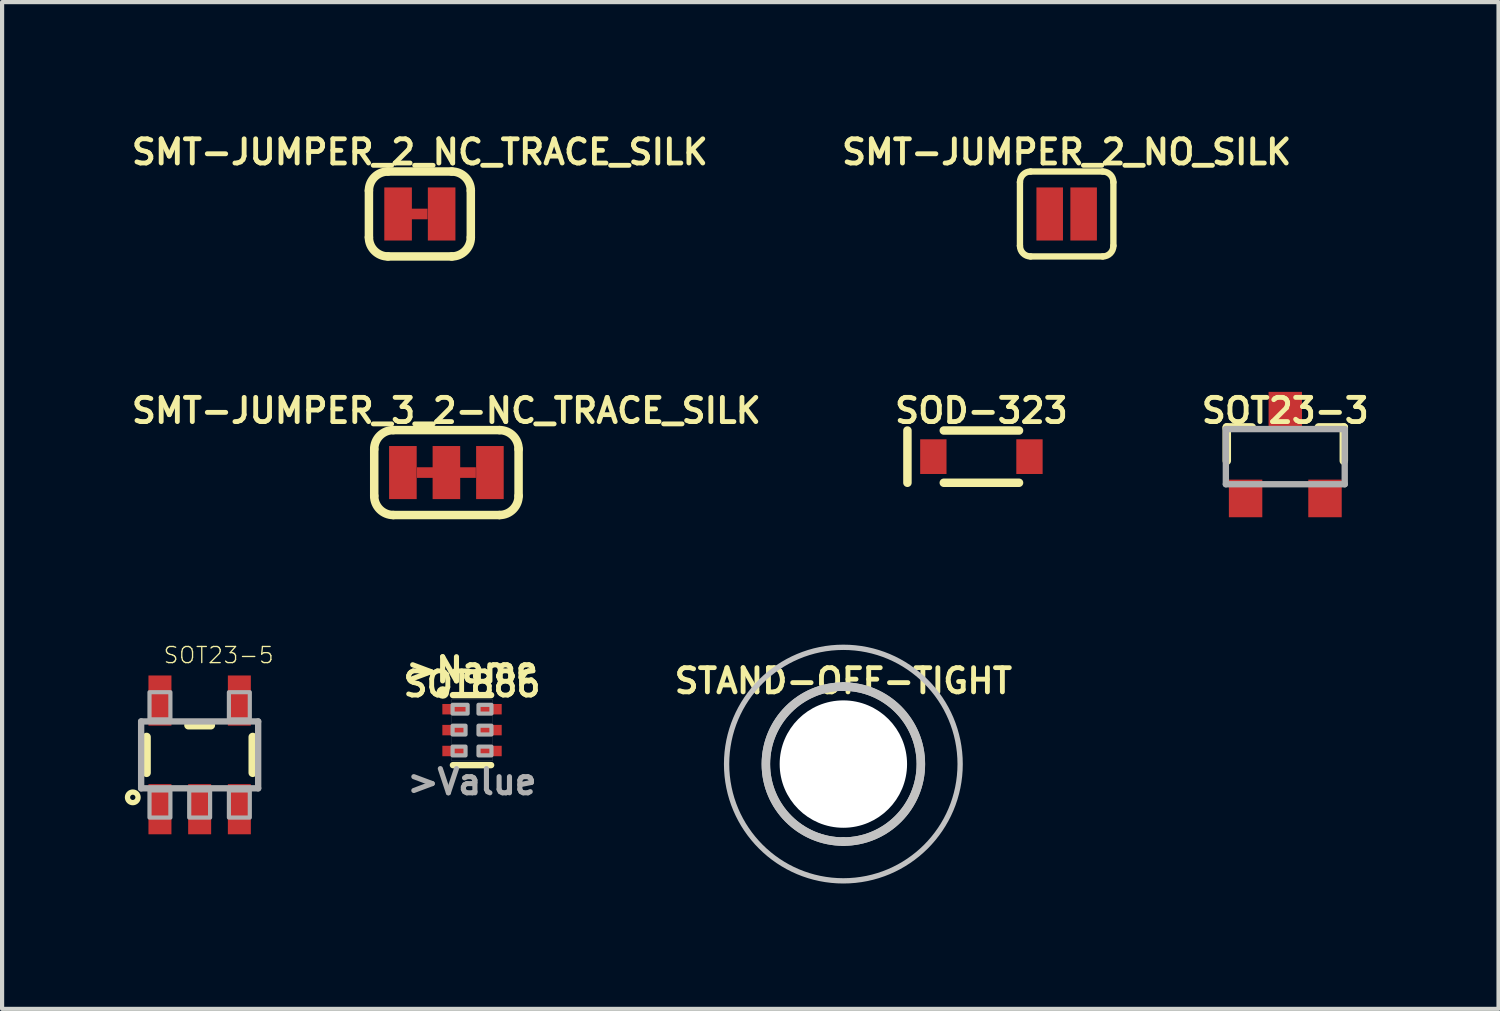
<source format=kicad_pcb>
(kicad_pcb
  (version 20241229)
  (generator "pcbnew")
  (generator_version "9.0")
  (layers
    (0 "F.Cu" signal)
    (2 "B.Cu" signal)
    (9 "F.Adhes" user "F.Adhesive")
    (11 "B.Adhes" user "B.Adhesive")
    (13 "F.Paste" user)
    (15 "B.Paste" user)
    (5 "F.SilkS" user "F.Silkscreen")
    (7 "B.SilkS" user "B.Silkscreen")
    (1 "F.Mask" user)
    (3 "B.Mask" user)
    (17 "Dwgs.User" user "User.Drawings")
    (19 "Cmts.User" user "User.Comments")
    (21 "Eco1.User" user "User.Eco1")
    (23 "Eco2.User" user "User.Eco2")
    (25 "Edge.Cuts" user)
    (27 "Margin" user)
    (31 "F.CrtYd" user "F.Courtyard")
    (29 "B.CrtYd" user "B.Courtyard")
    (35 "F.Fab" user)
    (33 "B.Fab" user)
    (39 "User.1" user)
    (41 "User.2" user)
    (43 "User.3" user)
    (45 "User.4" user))
  (footprint "SMT-JUMPER_3_2-NC_TRACE_SILK"
    (layer "F.Cu")
    (at 7.631 8.257)
    (property "Reference" "SMT-JUMPER_3_2-NC_TRACE_SILK" (at 0 -1.143 0) (layer "F.SilkS") (effects (font (size 0.579 0.579) (thickness 0.116)) (justify bottom)))
    (attr through_hole)
    (fp_poly (pts (xy -0.705 -0.127) (xy 0.705 -0.127) (xy 0.705 0.127) (xy -0.705 0.127)) (stroke (width 0) (type solid)) (fill yes) (layer "F.Cu"))
    (fp_poly (pts (xy -0.699 -0.127) (xy -0.318 -0.127) (xy -0.318 0.127) (xy -0.699 0.127)) (stroke (width 0) (type solid)) (fill yes) (layer "F.Mask"))
    (fp_poly (pts (xy 0.318 -0.127) (xy 0.699 -0.127) (xy 0.699 0.127) (xy 0.318 0.127)) (stroke (width 0) (type solid)) (fill yes) (layer "F.Mask"))
    (fp_line (start -1.727 0.559) (end -1.727 -0.559) (stroke (width 0.203) (type solid)) (layer "F.SilkS"))
    (fp_line (start -1.27 -1.016) (end 1.27 -1.016) (stroke (width 0.203) (type solid)) (layer "F.SilkS"))
    (fp_line (start 1.27 1.016) (end -1.27 1.016) (stroke (width 0.203) (type solid)) (layer "F.SilkS"))
    (fp_line (start 1.727 0.559) (end 1.727 -0.559) (stroke (width 0.203) (type solid)) (layer "F.SilkS"))
    (fp_arc (start -1.7272 -0.5588) (mid -1.593289 -0.882089) (end -1.27 -1.016) (stroke (width 0.2032) (type solid)) (layer "F.SilkS"))
    (fp_arc (start -1.27 1.016) (mid -1.593289 0.882089) (end -1.7272 0.5588) (stroke (width 0.2032) (type solid)) (layer "F.SilkS"))
    (fp_arc (start 1.27 -1.016) (mid 1.593289 -0.882089) (end 1.7272 -0.5588) (stroke (width 0.2032) (type solid)) (layer "F.SilkS"))
    (fp_arc (start 1.7272 0.5588) (mid 1.593289 0.882089) (end 1.27 1.016) (stroke (width 0.2032) (type solid)) (layer "F.SilkS"))
    (pad "1" smd rect (at -1.041 0) (size 0.66 1.27) (layers "F.Cu" "F.Mask"))
    (pad "2" smd rect (at 0 0) (size 0.66 1.27) (layers "F.Cu" "F.Mask"))
    (pad "3" smd rect (at 1.041 0) (size 0.66 1.27) (layers "F.Cu" "F.Mask")))
  (footprint "SMT-JUMPER_2_NO_SILK"
    (layer "F.Cu")
    (at 22.472 2.07)
    (property "Reference" "SMT-JUMPER_2_NO_SILK" (at 0 -1.143 0) (layer "F.SilkS") (effects (font (size 0.579 0.579) (thickness 0.116)) (justify bottom)))
    (attr through_hole)
    (fp_line (start -1.118 0.762) (end -1.118 -0.762) (stroke (width 0.152) (type solid)) (layer "F.SilkS"))
    (fp_line (start -0.864 -1.016) (end 0.864 -1.016) (stroke (width 0.152) (type solid)) (layer "F.SilkS"))
    (fp_line (start 0.864 1.016) (end -0.864 1.016) (stroke (width 0.152) (type solid)) (layer "F.SilkS"))
    (fp_line (start 1.118 0.762) (end 1.118 -0.762) (stroke (width 0.152) (type solid)) (layer "F.SilkS"))
    (fp_arc (start -1.1176 -0.762) (mid -1.043205 -0.941605) (end -0.8636 -1.016) (stroke (width 0.1524) (type solid)) (layer "F.SilkS"))
    (fp_arc (start -0.8636 1.016) (mid -1.043205 0.941605) (end -1.1176 0.762) (stroke (width 0.1524) (type solid)) (layer "F.SilkS"))
    (fp_arc (start 0.8636 -1.016) (mid 1.043205 -0.941605) (end 1.1176 -0.762) (stroke (width 0.1524) (type solid)) (layer "F.SilkS"))
    (fp_arc (start 1.1176 0.762) (mid 1.043205 0.941605) (end 0.8636 1.016) (stroke (width 0.1524) (type solid)) (layer "F.SilkS"))
    (pad "1" smd rect (at -0.406 0) (size 0.635 1.27) (layers "F.Cu" "F.Mask"))
    (pad "2" smd rect (at 0.406 0) (size 0.635 1.27) (layers "F.Cu" "F.Mask")))
  (footprint "SMT-JUMPER_2_NC_TRACE_SILK"
    (layer "F.Cu")
    (at 6.996 2.07)
    (property "Reference" "SMT-JUMPER_2_NC_TRACE_SILK" (at 0 -1.143 180) (layer "F.SilkS") (effects (font (size 0.579 0.579) (thickness 0.116)) (justify bottom)))
    (attr through_hole)
    (fp_poly (pts (xy -0.699 -0.127) (xy 0.184 -0.127) (xy 0.184 0.127) (xy -0.699 0.127)) (stroke (width 0) (type solid)) (fill yes) (layer "F.Cu"))
    (fp_poly (pts (xy -0.191 -0.127) (xy 0.191 -0.127) (xy 0.191 0.127) (xy -0.191 0.127)) (stroke (width 0) (type solid)) (fill yes) (layer "F.Mask"))
    (fp_line (start -1.219 0.559) (end -1.219 -0.559) (stroke (width 0.203) (type solid)) (layer "F.SilkS"))
    (fp_line (start -0.762 -1.016) (end 0.762 -1.016) (stroke (width 0.203) (type solid)) (layer "F.SilkS"))
    (fp_line (start 0.762 1.016) (end -0.762 1.016) (stroke (width 0.203) (type solid)) (layer "F.SilkS"))
    (fp_line (start 1.219 0.559) (end 1.219 -0.559) (stroke (width 0.203) (type solid)) (layer "F.SilkS"))
    (fp_arc (start -1.2192 -0.5588) (mid -1.085289 -0.882089) (end -0.762 -1.016) (stroke (width 0.2032) (type solid)) (layer "F.SilkS"))
    (fp_arc (start -0.762 1.016) (mid -1.085289 0.882089) (end -1.2192 0.5588) (stroke (width 0.2032) (type solid)) (layer "F.SilkS"))
    (fp_arc (start 0.762 -1.016) (mid 1.085289 -0.882089) (end 1.2192 -0.5588) (stroke (width 0.2032) (type solid)) (layer "F.SilkS"))
    (fp_arc (start 1.2192 0.5588) (mid 1.085289 0.882089) (end 0.762 1.016) (stroke (width 0.2032) (type solid)) (layer "F.SilkS"))
    (pad "1" smd rect (at -0.521 0) (size 0.66 1.27) (layers "F.Cu" "F.Mask"))
    (pad "2" smd rect (at 0.521 0) (size 0.66 1.27) (layers "F.Cu" "F.Mask")))
  (footprint "SOT23-3"
    (layer "F.Cu")
    (at 27.703 7.876)
    (property "Reference" "SOT23-3" (at 0 -0.762 0) (layer "F.SilkS") (effects (font (size 0.579 0.579) (thickness 0.116)) (justify bottom)))
    (attr through_hole)
    (fp_line (start -1.4 -0.7) (end -1.4 0.1) (stroke (width 0.203) (type solid)) (layer "F.SilkS"))
    (fp_line (start -0.8 -0.7) (end -1.4 -0.7) (stroke (width 0.203) (type solid)) (layer "F.SilkS"))
    (fp_line (start 0.8 -0.7) (end 1.4 -0.7) (stroke (width 0.203) (type solid)) (layer "F.SilkS"))
    (fp_line (start 1.4 -0.7) (end 1.4 0.1) (stroke (width 0.203) (type solid)) (layer "F.SilkS"))
    (fp_line (start -1.422 -0.66) (end 1.422 -0.66) (stroke (width 0.152) (type solid)) (layer "F.Fab"))
    (fp_line (start -1.422 0.66) (end -1.422 -0.66) (stroke (width 0.152) (type solid)) (layer "F.Fab"))
    (fp_line (start 1.422 -0.66) (end 1.422 0.66) (stroke (width 0.152) (type solid)) (layer "F.Fab"))
    (fp_line (start 1.422 0.66) (end -1.422 0.66) (stroke (width 0.152) (type solid)) (layer "F.Fab"))
    (pad "1" smd rect (at -0.95 1) (size 0.8 0.9) (layers "F.Cu" "F.Mask" "F.Paste"))
    (pad "2" smd rect (at 0.95 1) (size 0.8 0.9) (layers "F.Cu" "F.Mask" "F.Paste"))
    (pad "3" smd rect (at 0 -1.1) (size 0.8 0.9) (layers "F.Cu" "F.Mask" "F.Paste")))
  (footprint "SOT886"
    (layer "F.Cu")
    (at 8.244 14.419)
    (property "Reference" "SOT886" (at 0 -1.1 180) (layer "F.SilkS") (effects (font (size 0.579 0.579) (thickness 0.116))))
    (attr through_hole)
    (fp_line (start -0.457 -0.838) (end 0.457 -0.838) (stroke (width 0.152) (type solid)) (layer "F.SilkS"))
    (fp_line (start -0.457 0.838) (end 0.457 0.838) (stroke (width 0.152) (type solid)) (layer "F.SilkS"))
    (fp_circle (center -0.7 -0.9) (end -0.625 -0.9) (stroke (width 0.15) (type solid)) (fill no) (layer "F.SilkS"))
    (fp_line (start -0.5 -0.725) (end 0.5 -0.725) (stroke (width 0.003) (type solid)) (layer "F.Fab"))
    (fp_line (start -0.5 0.725) (end -0.5 -0.725) (stroke (width 0.003) (type solid)) (layer "F.Fab"))
    (fp_line (start 0.5 -0.725) (end 0.5 0.725) (stroke (width 0.003) (type solid)) (layer "F.Fab"))
    (fp_line (start 0.5 0.725) (end -0.5 0.725) (stroke (width 0.003) (type solid)) (layer "F.Fab"))
    (fp_poly (pts (xy -0.465 -0.395) (xy -0.105 -0.395) (xy -0.105 -0.605) (xy -0.465 -0.605)) (stroke (width 0.1) (type solid)) (fill no) (layer "F.Fab"))
    (fp_poly (pts (xy -0.465 0.105) (xy -0.155 0.105) (xy -0.155 -0.105) (xy -0.465 -0.105)) (stroke (width 0.1) (type solid)) (fill no) (layer "F.Fab"))
    (fp_poly (pts (xy -0.465 0.605) (xy -0.155 0.605) (xy -0.155 0.395) (xy -0.465 0.395)) (stroke (width 0.1) (type solid)) (fill no) (layer "F.Fab"))
    (fp_poly (pts (xy 0.465 -0.605) (xy 0.155 -0.605) (xy 0.155 -0.395) (xy 0.465 -0.395)) (stroke (width 0.1) (type solid)) (fill no) (layer "F.Fab"))
    (fp_poly (pts (xy 0.465 -0.105) (xy 0.155 -0.105) (xy 0.155 0.105) (xy 0.465 0.105)) (stroke (width 0.1) (type solid)) (fill no) (layer "F.Fab"))
    (fp_poly (pts (xy 0.465 0.395) (xy 0.155 0.395) (xy 0.155 0.605) (xy 0.465 0.605)) (stroke (width 0.1) (type solid)) (fill no) (layer "F.Fab"))
    (fp_text user ">Name" (at 0 -1.1 0) (layer "F.SilkS") (effects (font (size 0.579 0.579) (thickness 0.122)) (justify bottom)))
    (fp_text user ">Value" (at 0 0.9 0) (layer "F.Fab") (effects (font (size 0.579 0.579) (thickness 0.122)) (justify top)))
    (pad "1" smd rect (at -0.405 -0.5) (size 0.61 0.25) (layers "F.Cu" "F.Mask" "F.Paste"))
    (pad "2" smd rect (at -0.43 0) (size 0.56 0.25) (layers "F.Cu" "F.Mask" "F.Paste"))
    (pad "3" smd rect (at -0.43 0.5) (size 0.56 0.25) (layers "F.Cu" "F.Mask" "F.Paste"))
    (pad "4" smd rect (at 0.43 0.5 180) (size 0.56 0.25) (layers "F.Cu" "F.Mask" "F.Paste"))
    (pad "5" smd rect (at 0.43 0 180) (size 0.56 0.25) (layers "F.Cu" "F.Mask" "F.Paste"))
    (pad "6" smd rect (at 0.43 -0.5 180) (size 0.56 0.25) (layers "F.Cu" "F.Mask" "F.Paste")))
  (footprint "SOD-323"
    (layer "F.Cu")
    (at 20.432 7.876)
    (property "Reference" "SOD-323" (at 0 -0.762 180) (layer "F.SilkS") (effects (font (size 0.579 0.579) (thickness 0.116)) (justify bottom)))
    (attr through_hole)
    (fp_line (start -1.77 -0.625) (end -1.77 0.625) (stroke (width 0.203) (type solid)) (layer "F.SilkS"))
    (fp_line (start -0.9 -0.625) (end 0.9 -0.625) (stroke (width 0.203) (type solid)) (layer "F.SilkS"))
    (fp_line (start -0.9 0.625) (end 0.9 0.625) (stroke (width 0.203) (type solid)) (layer "F.SilkS"))
    (pad "A" smd rect (at 1.15 0) (size 0.63 0.83) (layers "F.Cu" "F.Mask" "F.Paste"))
    (pad "C" smd rect (at -1.15 0) (size 0.63 0.83) (layers "F.Cu" "F.Mask" "F.Paste")))
  (footprint "STAND-OFF-TIGHT"
    (layer "F.Cu")
    (at 17.129 15.232)
    (property "Reference" "STAND-OFF-TIGHT" (at 0 -1.651 0) (layer "F.SilkS") (effects (font (size 0.579 0.579) (thickness 0.116)) (justify bottom)))
    (attr through_hole)
    (fp_arc (start 0 -1.8542) (mid 1.8542 0) (end 0 1.8542) (stroke (width 0.2032) (type solid)) (layer "Dwgs.User"))
    (fp_arc (start 0 -1.8542) (mid 1.8542 0) (end 0 1.8542) (stroke (width 0.2032) (type solid)) (layer "Dwgs.User"))
    (fp_arc (start 0 1.8542) (mid -1.8542 0) (end 0 -1.8542) (stroke (width 0.2032) (type solid)) (layer "Dwgs.User"))
    (fp_arc (start 0 1.8542) (mid -1.8542 0) (end 0 -1.8542) (stroke (width 0.2032) (type solid)) (layer "Dwgs.User"))
    (fp_circle (center 0 0) (end 2.794 0) (stroke (width 0.127) (type solid)) (fill no) (layer "Dwgs.User"))
    (pad "" np_thru_hole circle (at 0 0) (size 3.048 3.048) (drill 3.048) (layers "*.Cu" "*.Mask")))
  (footprint "SOT23-5"
    (layer "F.Cu")
    (at 1.727 15.012)
    (property "Reference" "SOT23-5" (at -0.889 -2.159 180) (layer "F.SilkS") (effects (font (size 0.386 0.386) (thickness 0.031)) (justify left bottom)))
    (attr through_hole)
    (fp_line (start -1.27 0.429) (end -1.27 -0.429) (stroke (width 0.203) (type solid)) (layer "F.SilkS"))
    (fp_line (start -0.268 -0.709) (end 0.268 -0.709) (stroke (width 0.203) (type solid)) (layer "F.SilkS"))
    (fp_line (start 1.27 -0.429) (end 1.27 0.429) (stroke (width 0.203) (type solid)) (layer "F.SilkS"))
    (fp_circle (center -1.6 1.016) (end -1.537 1.016) (stroke (width 0.127) (type solid)) (fill no) (layer "F.SilkS"))
    (fp_line (start -1.4 -0.8) (end -1.4 0.8) (stroke (width 0.152) (type solid)) (layer "F.Fab"))
    (fp_line (start -1.4 -0.8) (end 1.4 -0.8) (stroke (width 0.152) (type solid)) (layer "F.Fab"))
    (fp_line (start 1.4 -0.8) (end 1.4 0.8) (stroke (width 0.152) (type solid)) (layer "F.Fab"))
    (fp_line (start 1.4 0.8) (end -1.4 0.8) (stroke (width 0.152) (type solid)) (layer "F.Fab"))
    (fp_poly (pts (xy -1.2 -0.85) (xy -0.7 -0.85) (xy -0.7 -1.5) (xy -1.2 -1.5)) (stroke (width 0.1) (type solid)) (fill no) (layer "F.Fab"))
    (fp_poly (pts (xy -1.2 1.5) (xy -0.7 1.5) (xy -0.7 0.85) (xy -1.2 0.85)) (stroke (width 0.1) (type solid)) (fill no) (layer "F.Fab"))
    (fp_poly (pts (xy -0.25 1.5) (xy 0.25 1.5) (xy 0.25 0.85) (xy -0.25 0.85)) (stroke (width 0.1) (type solid)) (fill no) (layer "F.Fab"))
    (fp_poly (pts (xy 0.7 -0.85) (xy 1.2 -0.85) (xy 1.2 -1.5) (xy 0.7 -1.5)) (stroke (width 0.1) (type solid)) (fill no) (layer "F.Fab"))
    (fp_poly (pts (xy 0.7 1.5) (xy 1.2 1.5) (xy 1.2 0.85) (xy 0.7 0.85)) (stroke (width 0.1) (type solid)) (fill no) (layer "F.Fab"))
    (pad "1" smd rect (at -0.95 1.3) (size 0.55 1.2) (layers "F.Cu" "F.Mask" "F.Paste"))
    (pad "2" smd rect (at 0 1.3) (size 0.55 1.2) (layers "F.Cu" "F.Mask" "F.Paste"))
    (pad "3" smd rect (at 0.95 1.3) (size 0.55 1.2) (layers "F.Cu" "F.Mask" "F.Paste"))
    (pad "4" smd rect (at 0.95 -1.3) (size 0.55 1.2) (layers "F.Cu" "F.Mask" "F.Paste"))
    (pad "5" smd rect (at -0.95 -1.3) (size 0.55 1.2) (layers "F.Cu" "F.Mask" "F.Paste")))
  (gr_rect
    (start -3 -3)
    (end 32.805 21.089)
    (stroke (width 0.1) (type default))
    (fill no)
    (layer "Edge.Cuts")))
</source>
